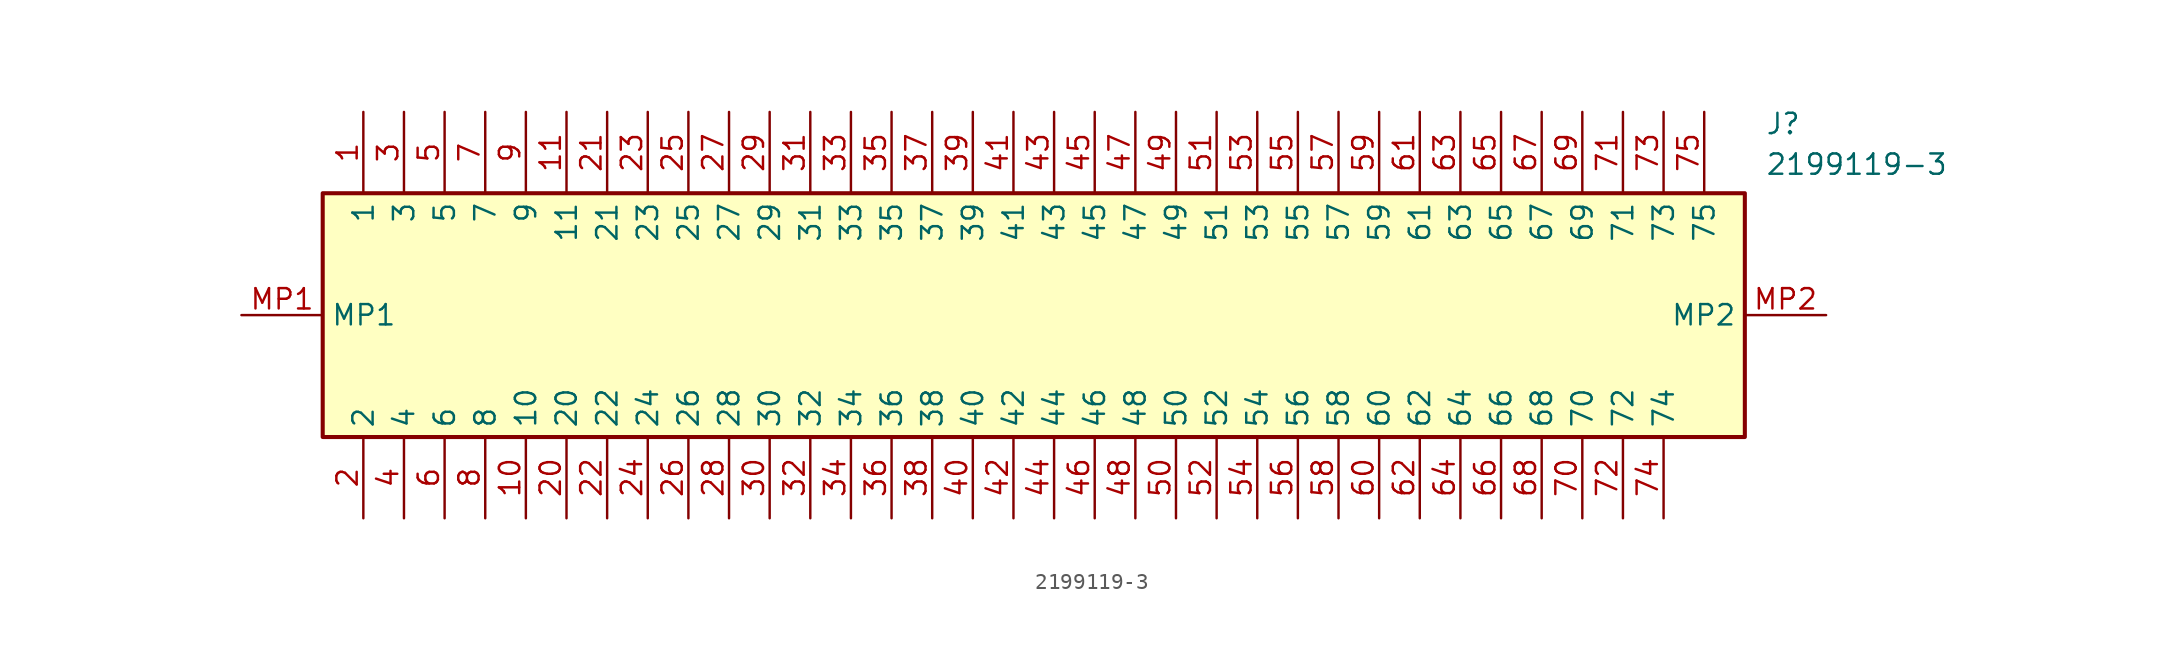
<source format=kicad_sym>
(kicad_symbol_lib
  (version 20231120)
  (generator "kicad_symbol_editor")
  (generator_version "8.0")
  (symbol "2199119-3"
    (property "Reference" "J"
      (at 95.25 12.7 0)
      (effects (font (size 1.27 1.27)) (justify left top)))
    (property "Value" "2199119-3"
      (at 95.25 10.16 0)
      (effects (font (size 1.27 1.27)) (justify left top)))
    (symbol "2199119-3_1_1"
      (rectangle (start 5.08 7.62) (end 93.98 -7.62) (stroke (width 0.254) (type default)) (fill (type background)))
      (pin passive line (at 7.62 12.7 270) (length 5.08) (name "1" (effects (font (size 1.27 1.27)))) (number "1" (effects (font (size 1.27 1.27)))))
      (pin passive line (at 17.78 -12.7 90) (length 5.08) (name "10" (effects (font (size 1.27 1.27)))) (number "10" (effects (font (size 1.27 1.27)))))
      (pin passive line (at 20.32 12.7 270) (length 5.08) (name "11" (effects (font (size 1.27 1.27)))) (number "11" (effects (font (size 1.27 1.27)))))
      (pin passive line (at 7.62 -12.7 90) (length 5.08) (name "2" (effects (font (size 1.27 1.27)))) (number "2" (effects (font (size 1.27 1.27)))))
      (pin passive line (at 20.32 -12.7 90) (length 5.08) (name "20" (effects (font (size 1.27 1.27)))) (number "20" (effects (font (size 1.27 1.27)))))
      (pin passive line (at 22.86 12.7 270) (length 5.08) (name "21" (effects (font (size 1.27 1.27)))) (number "21" (effects (font (size 1.27 1.27)))))
      (pin passive line (at 22.86 -12.7 90) (length 5.08) (name "22" (effects (font (size 1.27 1.27)))) (number "22" (effects (font (size 1.27 1.27)))))
      (pin passive line (at 25.4 12.7 270) (length 5.08) (name "23" (effects (font (size 1.27 1.27)))) (number "23" (effects (font (size 1.27 1.27)))))
      (pin passive line (at 25.4 -12.7 90) (length 5.08) (name "24" (effects (font (size 1.27 1.27)))) (number "24" (effects (font (size 1.27 1.27)))))
      (pin passive line (at 27.94 12.7 270) (length 5.08) (name "25" (effects (font (size 1.27 1.27)))) (number "25" (effects (font (size 1.27 1.27)))))
      (pin passive line (at 27.94 -12.7 90) (length 5.08) (name "26" (effects (font (size 1.27 1.27)))) (number "26" (effects (font (size 1.27 1.27)))))
      (pin passive line (at 30.48 12.7 270) (length 5.08) (name "27" (effects (font (size 1.27 1.27)))) (number "27" (effects (font (size 1.27 1.27)))))
      (pin passive line (at 30.48 -12.7 90) (length 5.08) (name "28" (effects (font (size 1.27 1.27)))) (number "28" (effects (font (size 1.27 1.27)))))
      (pin passive line (at 33.02 12.7 270) (length 5.08) (name "29" (effects (font (size 1.27 1.27)))) (number "29" (effects (font (size 1.27 1.27)))))
      (pin passive line (at 10.16 12.7 270) (length 5.08) (name "3" (effects (font (size 1.27 1.27)))) (number "3" (effects (font (size 1.27 1.27)))))
      (pin passive line (at 33.02 -12.7 90) (length 5.08) (name "30" (effects (font (size 1.27 1.27)))) (number "30" (effects (font (size 1.27 1.27)))))
      (pin passive line (at 35.56 12.7 270) (length 5.08) (name "31" (effects (font (size 1.27 1.27)))) (number "31" (effects (font (size 1.27 1.27)))))
      (pin passive line (at 35.56 -12.7 90) (length 5.08) (name "32" (effects (font (size 1.27 1.27)))) (number "32" (effects (font (size 1.27 1.27)))))
      (pin passive line (at 38.1 12.7 270) (length 5.08) (name "33" (effects (font (size 1.27 1.27)))) (number "33" (effects (font (size 1.27 1.27)))))
      (pin passive line (at 38.1 -12.7 90) (length 5.08) (name "34" (effects (font (size 1.27 1.27)))) (number "34" (effects (font (size 1.27 1.27)))))
      (pin passive line (at 40.64 12.7 270) (length 5.08) (name "35" (effects (font (size 1.27 1.27)))) (number "35" (effects (font (size 1.27 1.27)))))
      (pin passive line (at 40.64 -12.7 90) (length 5.08) (name "36" (effects (font (size 1.27 1.27)))) (number "36" (effects (font (size 1.27 1.27)))))
      (pin passive line (at 43.18 12.7 270) (length 5.08) (name "37" (effects (font (size 1.27 1.27)))) (number "37" (effects (font (size 1.27 1.27)))))
      (pin passive line (at 43.18 -12.7 90) (length 5.08) (name "38" (effects (font (size 1.27 1.27)))) (number "38" (effects (font (size 1.27 1.27)))))
      (pin passive line (at 45.72 12.7 270) (length 5.08) (name "39" (effects (font (size 1.27 1.27)))) (number "39" (effects (font (size 1.27 1.27)))))
      (pin passive line (at 10.16 -12.7 90) (length 5.08) (name "4" (effects (font (size 1.27 1.27)))) (number "4" (effects (font (size 1.27 1.27)))))
      (pin passive line (at 45.72 -12.7 90) (length 5.08) (name "40" (effects (font (size 1.27 1.27)))) (number "40" (effects (font (size 1.27 1.27)))))
      (pin passive line (at 48.26 12.7 270) (length 5.08) (name "41" (effects (font (size 1.27 1.27)))) (number "41" (effects (font (size 1.27 1.27)))))
      (pin passive line (at 48.26 -12.7 90) (length 5.08) (name "42" (effects (font (size 1.27 1.27)))) (number "42" (effects (font (size 1.27 1.27)))))
      (pin passive line (at 50.8 12.7 270) (length 5.08) (name "43" (effects (font (size 1.27 1.27)))) (number "43" (effects (font (size 1.27 1.27)))))
      (pin passive line (at 50.8 -12.7 90) (length 5.08) (name "44" (effects (font (size 1.27 1.27)))) (number "44" (effects (font (size 1.27 1.27)))))
      (pin passive line (at 53.34 12.7 270) (length 5.08) (name "45" (effects (font (size 1.27 1.27)))) (number "45" (effects (font (size 1.27 1.27)))))
      (pin passive line (at 53.34 -12.7 90) (length 5.08) (name "46" (effects (font (size 1.27 1.27)))) (number "46" (effects (font (size 1.27 1.27)))))
      (pin passive line (at 55.88 12.7 270) (length 5.08) (name "47" (effects (font (size 1.27 1.27)))) (number "47" (effects (font (size 1.27 1.27)))))
      (pin passive line (at 55.88 -12.7 90) (length 5.08) (name "48" (effects (font (size 1.27 1.27)))) (number "48" (effects (font (size 1.27 1.27)))))
      (pin passive line (at 58.42 12.7 270) (length 5.08) (name "49" (effects (font (size 1.27 1.27)))) (number "49" (effects (font (size 1.27 1.27)))))
      (pin passive line (at 12.7 12.7 270) (length 5.08) (name "5" (effects (font (size 1.27 1.27)))) (number "5" (effects (font (size 1.27 1.27)))))
      (pin passive line (at 58.42 -12.7 90) (length 5.08) (name "50" (effects (font (size 1.27 1.27)))) (number "50" (effects (font (size 1.27 1.27)))))
      (pin passive line (at 60.96 12.7 270) (length 5.08) (name "51" (effects (font (size 1.27 1.27)))) (number "51" (effects (font (size 1.27 1.27)))))
      (pin passive line (at 60.96 -12.7 90) (length 5.08) (name "52" (effects (font (size 1.27 1.27)))) (number "52" (effects (font (size 1.27 1.27)))))
      (pin passive line (at 63.5 12.7 270) (length 5.08) (name "53" (effects (font (size 1.27 1.27)))) (number "53" (effects (font (size 1.27 1.27)))))
      (pin passive line (at 63.5 -12.7 90) (length 5.08) (name "54" (effects (font (size 1.27 1.27)))) (number "54" (effects (font (size 1.27 1.27)))))
      (pin passive line (at 66.04 12.7 270) (length 5.08) (name "55" (effects (font (size 1.27 1.27)))) (number "55" (effects (font (size 1.27 1.27)))))
      (pin passive line (at 66.04 -12.7 90) (length 5.08) (name "56" (effects (font (size 1.27 1.27)))) (number "56" (effects (font (size 1.27 1.27)))))
      (pin passive line (at 68.58 12.7 270) (length 5.08) (name "57" (effects (font (size 1.27 1.27)))) (number "57" (effects (font (size 1.27 1.27)))))
      (pin passive line (at 68.58 -12.7 90) (length 5.08) (name "58" (effects (font (size 1.27 1.27)))) (number "58" (effects (font (size 1.27 1.27)))))
      (pin passive line (at 71.12 12.7 270) (length 5.08) (name "59" (effects (font (size 1.27 1.27)))) (number "59" (effects (font (size 1.27 1.27)))))
      (pin passive line (at 12.7 -12.7 90) (length 5.08) (name "6" (effects (font (size 1.27 1.27)))) (number "6" (effects (font (size 1.27 1.27)))))
      (pin passive line (at 71.12 -12.7 90) (length 5.08) (name "60" (effects (font (size 1.27 1.27)))) (number "60" (effects (font (size 1.27 1.27)))))
      (pin passive line (at 73.66 12.7 270) (length 5.08) (name "61" (effects (font (size 1.27 1.27)))) (number "61" (effects (font (size 1.27 1.27)))))
      (pin passive line (at 73.66 -12.7 90) (length 5.08) (name "62" (effects (font (size 1.27 1.27)))) (number "62" (effects (font (size 1.27 1.27)))))
      (pin passive line (at 76.2 12.7 270) (length 5.08) (name "63" (effects (font (size 1.27 1.27)))) (number "63" (effects (font (size 1.27 1.27)))))
      (pin passive line (at 76.2 -12.7 90) (length 5.08) (name "64" (effects (font (size 1.27 1.27)))) (number "64" (effects (font (size 1.27 1.27)))))
      (pin passive line (at 78.74 12.7 270) (length 5.08) (name "65" (effects (font (size 1.27 1.27)))) (number "65" (effects (font (size 1.27 1.27)))))
      (pin passive line (at 78.74 -12.7 90) (length 5.08) (name "66" (effects (font (size 1.27 1.27)))) (number "66" (effects (font (size 1.27 1.27)))))
      (pin passive line (at 81.28 12.7 270) (length 5.08) (name "67" (effects (font (size 1.27 1.27)))) (number "67" (effects (font (size 1.27 1.27)))))
      (pin passive line (at 81.28 -12.7 90) (length 5.08) (name "68" (effects (font (size 1.27 1.27)))) (number "68" (effects (font (size 1.27 1.27)))))
      (pin passive line (at 83.82 12.7 270) (length 5.08) (name "69" (effects (font (size 1.27 1.27)))) (number "69" (effects (font (size 1.27 1.27)))))
      (pin passive line (at 15.24 12.7 270) (length 5.08) (name "7" (effects (font (size 1.27 1.27)))) (number "7" (effects (font (size 1.27 1.27)))))
      (pin passive line (at 83.82 -12.7 90) (length 5.08) (name "70" (effects (font (size 1.27 1.27)))) (number "70" (effects (font (size 1.27 1.27)))))
      (pin passive line (at 86.36 12.7 270) (length 5.08) (name "71" (effects (font (size 1.27 1.27)))) (number "71" (effects (font (size 1.27 1.27)))))
      (pin passive line (at 86.36 -12.7 90) (length 5.08) (name "72" (effects (font (size 1.27 1.27)))) (number "72" (effects (font (size 1.27 1.27)))))
      (pin passive line (at 88.9 12.7 270) (length 5.08) (name "73" (effects (font (size 1.27 1.27)))) (number "73" (effects (font (size 1.27 1.27)))))
      (pin passive line (at 88.9 -12.7 90) (length 5.08) (name "74" (effects (font (size 1.27 1.27)))) (number "74" (effects (font (size 1.27 1.27)))))
      (pin passive line (at 91.44 12.7 270) (length 5.08) (name "75" (effects (font (size 1.27 1.27)))) (number "75" (effects (font (size 1.27 1.27)))))
      (pin passive line (at 15.24 -12.7 90) (length 5.08) (name "8" (effects (font (size 1.27 1.27)))) (number "8" (effects (font (size 1.27 1.27)))))
      (pin passive line (at 17.78 12.7 270) (length 5.08) (name "9" (effects (font (size 1.27 1.27)))) (number "9" (effects (font (size 1.27 1.27)))))
      (pin passive line (at 0 0 0) (length 5.08) (name "MP1" (effects (font (size 1.27 1.27)))) (number "MP1" (effects (font (size 1.27 1.27)))))
      (pin passive line (at 99.06 0 180) (length 5.08) (name "MP2" (effects (font (size 1.27 1.27)))) (number "MP2" (effects (font (size 1.27 1.27))))))))
</source>
